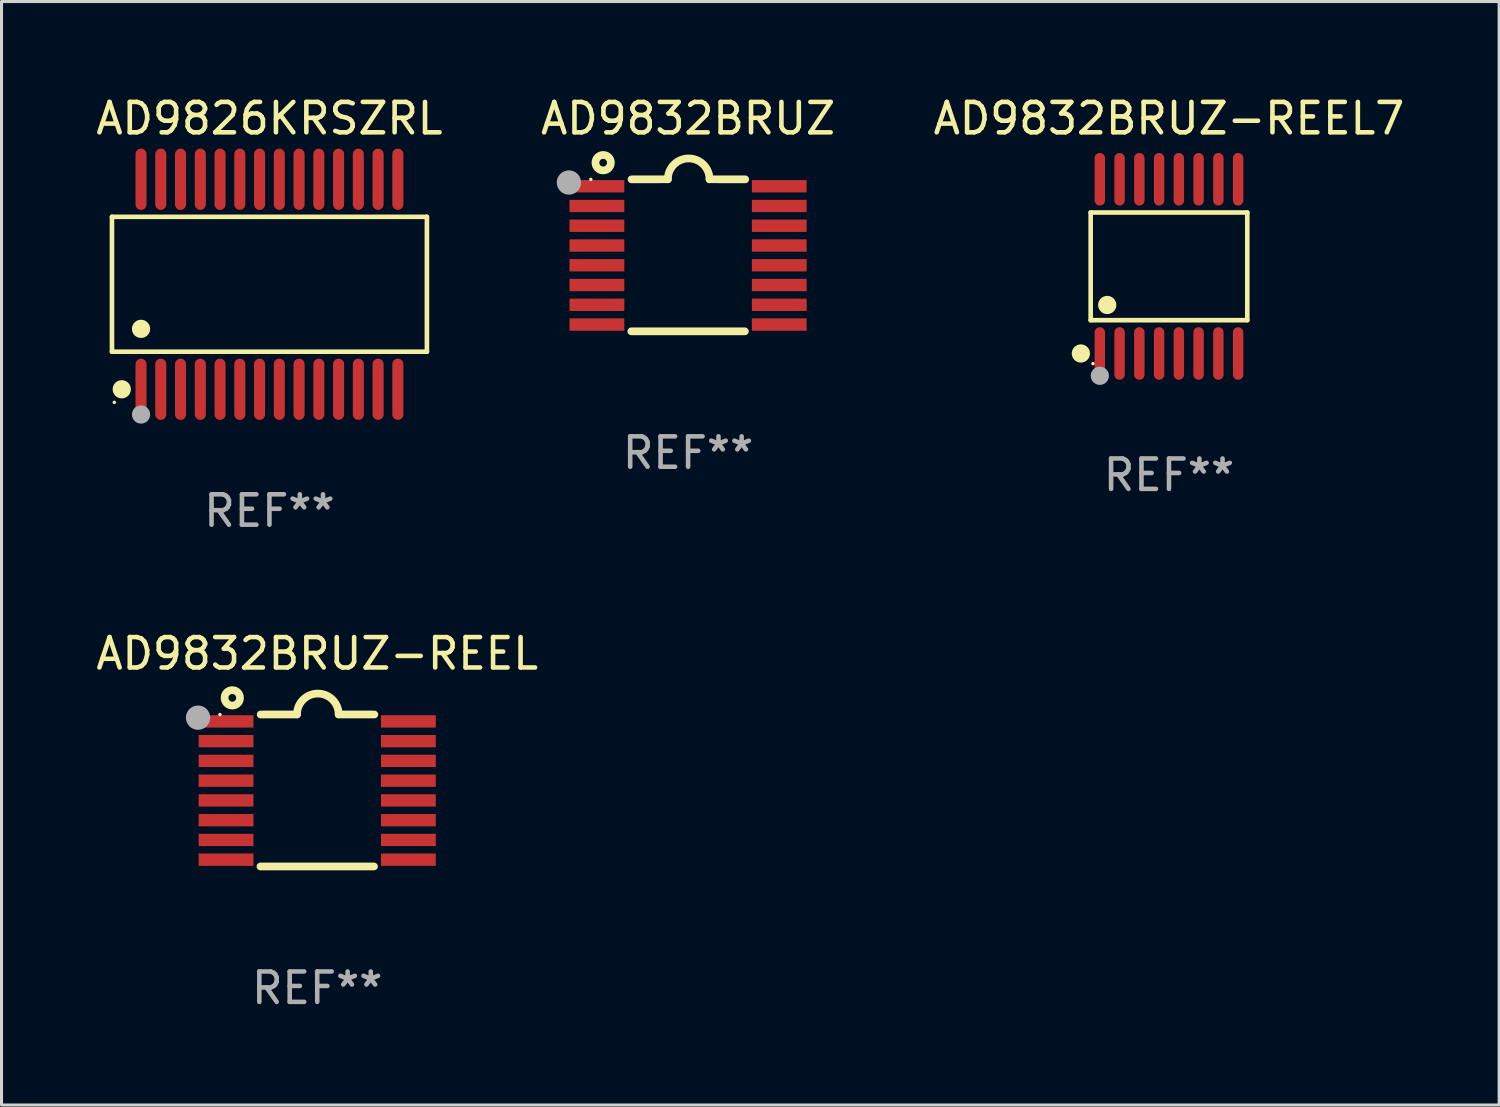
<source format=kicad_pcb>
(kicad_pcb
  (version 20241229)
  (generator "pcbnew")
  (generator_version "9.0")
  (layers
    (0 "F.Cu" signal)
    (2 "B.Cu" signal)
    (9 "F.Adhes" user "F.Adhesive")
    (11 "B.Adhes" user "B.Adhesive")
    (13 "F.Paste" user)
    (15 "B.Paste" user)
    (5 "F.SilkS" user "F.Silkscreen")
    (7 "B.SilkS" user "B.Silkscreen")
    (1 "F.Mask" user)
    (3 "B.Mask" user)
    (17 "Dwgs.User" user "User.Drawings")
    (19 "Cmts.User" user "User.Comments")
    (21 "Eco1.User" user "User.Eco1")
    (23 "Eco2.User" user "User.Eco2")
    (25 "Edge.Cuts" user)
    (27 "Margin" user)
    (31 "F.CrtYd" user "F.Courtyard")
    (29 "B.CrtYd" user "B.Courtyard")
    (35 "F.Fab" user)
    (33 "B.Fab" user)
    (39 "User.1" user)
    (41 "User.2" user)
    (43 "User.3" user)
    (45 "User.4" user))
  (footprint "AD9832BRUZ-REEL"
    (layer "F.Cu")
    (at 7.387 22.957)
    (property "Reference" "AD9832BRUZ-REEL" (at 0 -4.501 0) (layer "F.SilkS") (effects (font (size 1 1) (thickness 0.15))))
    (attr through_hole)
    (fp_line (start -1.868 2.501) (end 1.868 2.501) (stroke (width 0.254) (type solid)) (layer "F.SilkS"))
    (fp_line (start -1.86 -2.499) (end -0.666 -2.501) (stroke (width 0.254) (type solid)) (layer "F.SilkS"))
    (fp_line (start 0.706 -2.501) (end 1.88 -2.499) (stroke (width 0.254) (type solid)) (layer "F.SilkS"))
    (fp_arc (start -0.665914 -2.501448) (mid 0.019888 -3.18725) (end 0.70569 -2.501448) (stroke (width 0.254001) (type solid)) (layer "F.SilkS"))
    (fp_circle (center -3.2 -2.497) (end -3.17 -2.497) (stroke (width 0.06) (type solid)) (fill no) (layer "F.SilkS"))
    (fp_circle (center -2.794 -3.047) (end -2.54 -3.047) (stroke (width 0.254) (type solid)) (fill no) (layer "F.SilkS"))
    (fp_circle (center -3.921 -2.395) (end -3.721 -2.395) (stroke (width 0.4) (type solid)) (fill no) (layer "F.Fab"))
    (fp_text user "REF**" (at 0 6.501 0) (layer "F.Fab") (effects (font (size 1 1) (thickness 0.15))))
    (pad "1" smd rect (at -3 -2.272) (size 1.803 0.406) (layers "F.Cu" "F.Mask" "F.Paste"))
    (pad "2" smd rect (at -3 -1.622) (size 1.803 0.406) (layers "F.Cu" "F.Mask" "F.Paste"))
    (pad "3" smd rect (at -3 -0.972) (size 1.803 0.406) (layers "F.Cu" "F.Mask" "F.Paste"))
    (pad "4" smd rect (at -3 -0.322) (size 1.803 0.406) (layers "F.Cu" "F.Mask" "F.Paste"))
    (pad "5" smd rect (at -3 0.328) (size 1.803 0.406) (layers "F.Cu" "F.Mask" "F.Paste"))
    (pad "6" smd rect (at -3 0.978) (size 1.803 0.406) (layers "F.Cu" "F.Mask" "F.Paste"))
    (pad "7" smd rect (at -3 1.628) (size 1.803 0.406) (layers "F.Cu" "F.Mask" "F.Paste"))
    (pad "8" smd rect (at -3 2.278) (size 1.803 0.406) (layers "F.Cu" "F.Mask" "F.Paste"))
    (pad "9" smd rect (at 3 2.278) (size 1.803 0.406) (layers "F.Cu" "F.Mask" "F.Paste"))
    (pad "10" smd rect (at 3 1.628) (size 1.803 0.406) (layers "F.Cu" "F.Mask" "F.Paste"))
    (pad "11" smd rect (at 3 0.978) (size 1.803 0.406) (layers "F.Cu" "F.Mask" "F.Paste"))
    (pad "12" smd rect (at 3 0.328) (size 1.803 0.406) (layers "F.Cu" "F.Mask" "F.Paste"))
    (pad "13" smd rect (at 3 -0.322) (size 1.803 0.406) (layers "F.Cu" "F.Mask" "F.Paste"))
    (pad "14" smd rect (at 3 -0.972) (size 1.803 0.406) (layers "F.Cu" "F.Mask" "F.Paste"))
    (pad "15" smd rect (at 3 -1.622) (size 1.803 0.406) (layers "F.Cu" "F.Mask" "F.Paste"))
    (pad "16" smd rect (at 3 -2.272) (size 1.803 0.406) (layers "F.Cu" "F.Mask" "F.Paste")))
  (footprint "AD9832BRUZ-REEL7"
    (layer "F.Cu")
    (at 35.411 5.714)
    (property "Reference" "AD9832BRUZ-REEL7" (at 0 -4.866 0) (layer "F.SilkS") (effects (font (size 1 1) (thickness 0.15))))
    (attr through_hole)
    (fp_line (start -2.576 -1.772) (end 2.576 -1.772) (stroke (width 0.152) (type solid)) (layer "F.SilkS"))
    (fp_line (start -2.576 1.771) (end -2.576 -1.772) (stroke (width 0.152) (type solid)) (layer "F.SilkS"))
    (fp_line (start 2.576 -1.772) (end 2.576 1.771) (stroke (width 0.152) (type solid)) (layer "F.SilkS"))
    (fp_line (start 2.576 1.771) (end -2.576 1.771) (stroke (width 0.152) (type solid)) (layer "F.SilkS"))
    (fp_circle (center -2.899 2.866) (end -2.749 2.866) (stroke (width 0.3) (type solid)) (fill no) (layer "F.SilkS"))
    (fp_circle (center -2.5 3.2) (end -2.47 3.2) (stroke (width 0.06) (type solid)) (fill no) (layer "F.SilkS"))
    (fp_circle (center -2.032 1.27) (end -1.882 1.27) (stroke (width 0.3) (type solid)) (fill no) (layer "F.SilkS"))
    (fp_circle (center -2.275 3.6) (end -2.125 3.6) (stroke (width 0.3) (type solid)) (fill no) (layer "F.Fab"))
    (fp_text user "REF**" (at 0 6.866 0) (layer "F.Fab") (effects (font (size 1 1) (thickness 0.15))))
    (pad "1" smd oval (at -2.275 2.866) (size 0.343 1.731) (layers "F.Cu" "F.Mask" "F.Paste"))
    (pad "2" smd oval (at -1.625 2.866) (size 0.343 1.731) (layers "F.Cu" "F.Mask" "F.Paste"))
    (pad "3" smd oval (at -0.975 2.866) (size 0.343 1.731) (layers "F.Cu" "F.Mask" "F.Paste"))
    (pad "4" smd oval (at -0.325 2.866) (size 0.343 1.731) (layers "F.Cu" "F.Mask" "F.Paste"))
    (pad "5" smd oval (at 0.325 2.866) (size 0.343 1.731) (layers "F.Cu" "F.Mask" "F.Paste"))
    (pad "6" smd oval (at 0.975 2.866) (size 0.343 1.731) (layers "F.Cu" "F.Mask" "F.Paste"))
    (pad "7" smd oval (at 1.625 2.866) (size 0.343 1.731) (layers "F.Cu" "F.Mask" "F.Paste"))
    (pad "8" smd oval (at 2.275 2.866) (size 0.343 1.731) (layers "F.Cu" "F.Mask" "F.Paste"))
    (pad "9" smd oval (at 2.275 -2.866) (size 0.343 1.731) (layers "F.Cu" "F.Mask" "F.Paste"))
    (pad "10" smd oval (at 1.625 -2.866) (size 0.343 1.731) (layers "F.Cu" "F.Mask" "F.Paste"))
    (pad "11" smd oval (at 0.975 -2.866) (size 0.343 1.731) (layers "F.Cu" "F.Mask" "F.Paste"))
    (pad "12" smd oval (at 0.325 -2.866) (size 0.343 1.731) (layers "F.Cu" "F.Mask" "F.Paste"))
    (pad "13" smd oval (at -0.325 -2.866) (size 0.343 1.731) (layers "F.Cu" "F.Mask" "F.Paste"))
    (pad "14" smd oval (at -0.975 -2.866) (size 0.343 1.731) (layers "F.Cu" "F.Mask" "F.Paste"))
    (pad "15" smd oval (at -1.625 -2.866) (size 0.343 1.731) (layers "F.Cu" "F.Mask" "F.Paste"))
    (pad "16" smd oval (at -2.275 -2.866) (size 0.343 1.731) (layers "F.Cu" "F.Mask" "F.Paste")))
  (footprint "AD9826KRSZRL"
    (layer "F.Cu")
    (at 5.815 6.303)
    (property "Reference" "AD9826KRSZRL" (at 0 -5.455 0) (layer "F.SilkS") (effects (font (size 1 1) (thickness 0.15))))
    (attr through_hole)
    (fp_line (start -5.181 -2.219) (end 5.181 -2.219) (stroke (width 0.152) (type solid)) (layer "F.SilkS"))
    (fp_line (start -5.181 2.219) (end -5.181 -2.219) (stroke (width 0.152) (type solid)) (layer "F.SilkS"))
    (fp_line (start 5.181 -2.219) (end 5.181 2.219) (stroke (width 0.152) (type solid)) (layer "F.SilkS"))
    (fp_line (start 5.181 2.219) (end -5.181 2.219) (stroke (width 0.152) (type solid)) (layer "F.SilkS"))
    (fp_circle (center -5.105 3.885) (end -5.075 3.885) (stroke (width 0.06) (type solid)) (fill no) (layer "F.SilkS"))
    (fp_circle (center -4.859 3.455) (end -4.709 3.455) (stroke (width 0.3) (type solid)) (fill no) (layer "F.SilkS"))
    (fp_circle (center -4.225 1.467) (end -4.075 1.467) (stroke (width 0.3) (type solid)) (fill no) (layer "F.SilkS"))
    (fp_circle (center -4.225 4.285) (end -4.075 4.285) (stroke (width 0.3) (type solid)) (fill no) (layer "F.Fab"))
    (fp_text user "REF**" (at 0 7.455 0) (layer "F.Fab") (effects (font (size 1 1) (thickness 0.15))))
    (pad "1" smd oval (at -4.225 3.455) (size 0.364 2.015) (layers "F.Cu" "F.Mask" "F.Paste"))
    (pad "2" smd oval (at -3.575 3.455) (size 0.364 2.015) (layers "F.Cu" "F.Mask" "F.Paste"))
    (pad "3" smd oval (at -2.925 3.455) (size 0.364 2.015) (layers "F.Cu" "F.Mask" "F.Paste"))
    (pad "4" smd oval (at -2.275 3.455) (size 0.364 2.015) (layers "F.Cu" "F.Mask" "F.Paste"))
    (pad "5" smd oval (at -1.625 3.455) (size 0.364 2.015) (layers "F.Cu" "F.Mask" "F.Paste"))
    (pad "6" smd oval (at -0.975 3.455) (size 0.364 2.015) (layers "F.Cu" "F.Mask" "F.Paste"))
    (pad "7" smd oval (at -0.325 3.455) (size 0.364 2.015) (layers "F.Cu" "F.Mask" "F.Paste"))
    (pad "8" smd oval (at 0.325 3.455) (size 0.364 2.015) (layers "F.Cu" "F.Mask" "F.Paste"))
    (pad "9" smd oval (at 0.975 3.455) (size 0.364 2.015) (layers "F.Cu" "F.Mask" "F.Paste"))
    (pad "10" smd oval (at 1.625 3.455) (size 0.364 2.015) (layers "F.Cu" "F.Mask" "F.Paste"))
    (pad "11" smd oval (at 2.275 3.455) (size 0.364 2.015) (layers "F.Cu" "F.Mask" "F.Paste"))
    (pad "12" smd oval (at 2.925 3.455) (size 0.364 2.015) (layers "F.Cu" "F.Mask" "F.Paste"))
    (pad "13" smd oval (at 3.575 3.455) (size 0.364 2.015) (layers "F.Cu" "F.Mask" "F.Paste"))
    (pad "14" smd oval (at 4.225 3.455) (size 0.364 2.015) (layers "F.Cu" "F.Mask" "F.Paste"))
    (pad "15" smd oval (at 4.225 -3.455) (size 0.364 2.015) (layers "F.Cu" "F.Mask" "F.Paste"))
    (pad "16" smd oval (at 3.575 -3.455) (size 0.364 2.015) (layers "F.Cu" "F.Mask" "F.Paste"))
    (pad "17" smd oval (at 2.925 -3.455) (size 0.364 2.015) (layers "F.Cu" "F.Mask" "F.Paste"))
    (pad "18" smd oval (at 2.275 -3.455) (size 0.364 2.015) (layers "F.Cu" "F.Mask" "F.Paste"))
    (pad "19" smd oval (at 1.625 -3.455) (size 0.364 2.015) (layers "F.Cu" "F.Mask" "F.Paste"))
    (pad "20" smd oval (at 0.975 -3.455) (size 0.364 2.015) (layers "F.Cu" "F.Mask" "F.Paste"))
    (pad "21" smd oval (at 0.325 -3.455) (size 0.364 2.015) (layers "F.Cu" "F.Mask" "F.Paste"))
    (pad "22" smd oval (at -0.325 -3.455) (size 0.364 2.015) (layers "F.Cu" "F.Mask" "F.Paste"))
    (pad "23" smd oval (at -0.975 -3.455) (size 0.364 2.015) (layers "F.Cu" "F.Mask" "F.Paste"))
    (pad "24" smd oval (at -1.625 -3.455) (size 0.364 2.015) (layers "F.Cu" "F.Mask" "F.Paste"))
    (pad "25" smd oval (at -2.275 -3.455) (size 0.364 2.015) (layers "F.Cu" "F.Mask" "F.Paste"))
    (pad "26" smd oval (at -2.925 -3.455) (size 0.364 2.015) (layers "F.Cu" "F.Mask" "F.Paste"))
    (pad "27" smd oval (at -3.575 -3.455) (size 0.364 2.015) (layers "F.Cu" "F.Mask" "F.Paste"))
    (pad "28" smd oval (at -4.225 -3.455) (size 0.364 2.015) (layers "F.Cu" "F.Mask" "F.Paste")))
  (footprint "AD9832BRUZ"
    (layer "F.Cu")
    (at 19.589 5.35)
    (property "Reference" "AD9832BRUZ" (at 0 -4.501 0) (layer "F.SilkS") (effects (font (size 1 1) (thickness 0.15))))
    (attr through_hole)
    (fp_line (start -1.868 2.501) (end 1.868 2.501) (stroke (width 0.254) (type solid)) (layer "F.SilkS"))
    (fp_line (start -1.86 -2.499) (end -0.666 -2.501) (stroke (width 0.254) (type solid)) (layer "F.SilkS"))
    (fp_line (start 0.706 -2.501) (end 1.88 -2.499) (stroke (width 0.254) (type solid)) (layer "F.SilkS"))
    (fp_arc (start -0.665914 -2.501448) (mid 0.019888 -3.18725) (end 0.70569 -2.501448) (stroke (width 0.254001) (type solid)) (layer "F.SilkS"))
    (fp_circle (center -3.2 -2.497) (end -3.17 -2.497) (stroke (width 0.06) (type solid)) (fill no) (layer "F.SilkS"))
    (fp_circle (center -2.794 -3.047) (end -2.54 -3.047) (stroke (width 0.254) (type solid)) (fill no) (layer "F.SilkS"))
    (fp_circle (center -3.921 -2.395) (end -3.721 -2.395) (stroke (width 0.4) (type solid)) (fill no) (layer "F.Fab"))
    (fp_text user "REF**" (at 0 6.501 0) (layer "F.Fab") (effects (font (size 1 1) (thickness 0.15))))
    (pad "1" smd rect (at -3 -2.272) (size 1.803 0.406) (layers "F.Cu" "F.Mask" "F.Paste"))
    (pad "2" smd rect (at -3 -1.622) (size 1.803 0.406) (layers "F.Cu" "F.Mask" "F.Paste"))
    (pad "3" smd rect (at -3 -0.972) (size 1.803 0.406) (layers "F.Cu" "F.Mask" "F.Paste"))
    (pad "4" smd rect (at -3 -0.322) (size 1.803 0.406) (layers "F.Cu" "F.Mask" "F.Paste"))
    (pad "5" smd rect (at -3 0.328) (size 1.803 0.406) (layers "F.Cu" "F.Mask" "F.Paste"))
    (pad "6" smd rect (at -3 0.978) (size 1.803 0.406) (layers "F.Cu" "F.Mask" "F.Paste"))
    (pad "7" smd rect (at -3 1.628) (size 1.803 0.406) (layers "F.Cu" "F.Mask" "F.Paste"))
    (pad "8" smd rect (at -3 2.278) (size 1.803 0.406) (layers "F.Cu" "F.Mask" "F.Paste"))
    (pad "9" smd rect (at 3 2.278) (size 1.803 0.406) (layers "F.Cu" "F.Mask" "F.Paste"))
    (pad "10" smd rect (at 3 1.628) (size 1.803 0.406) (layers "F.Cu" "F.Mask" "F.Paste"))
    (pad "11" smd rect (at 3 0.978) (size 1.803 0.406) (layers "F.Cu" "F.Mask" "F.Paste"))
    (pad "12" smd rect (at 3 0.328) (size 1.803 0.406) (layers "F.Cu" "F.Mask" "F.Paste"))
    (pad "13" smd rect (at 3 -0.322) (size 1.803 0.406) (layers "F.Cu" "F.Mask" "F.Paste"))
    (pad "14" smd rect (at 3 -0.972) (size 1.803 0.406) (layers "F.Cu" "F.Mask" "F.Paste"))
    (pad "15" smd rect (at 3 -1.622) (size 1.803 0.406) (layers "F.Cu" "F.Mask" "F.Paste"))
    (pad "16" smd rect (at 3 -2.272) (size 1.803 0.406) (layers "F.Cu" "F.Mask" "F.Paste")))
  (gr_rect
    (start -3 -3)
    (end 46.274 33.306)
    (stroke (width 0.1) (type default))
    (fill no)
    (layer "Edge.Cuts")))
</source>
